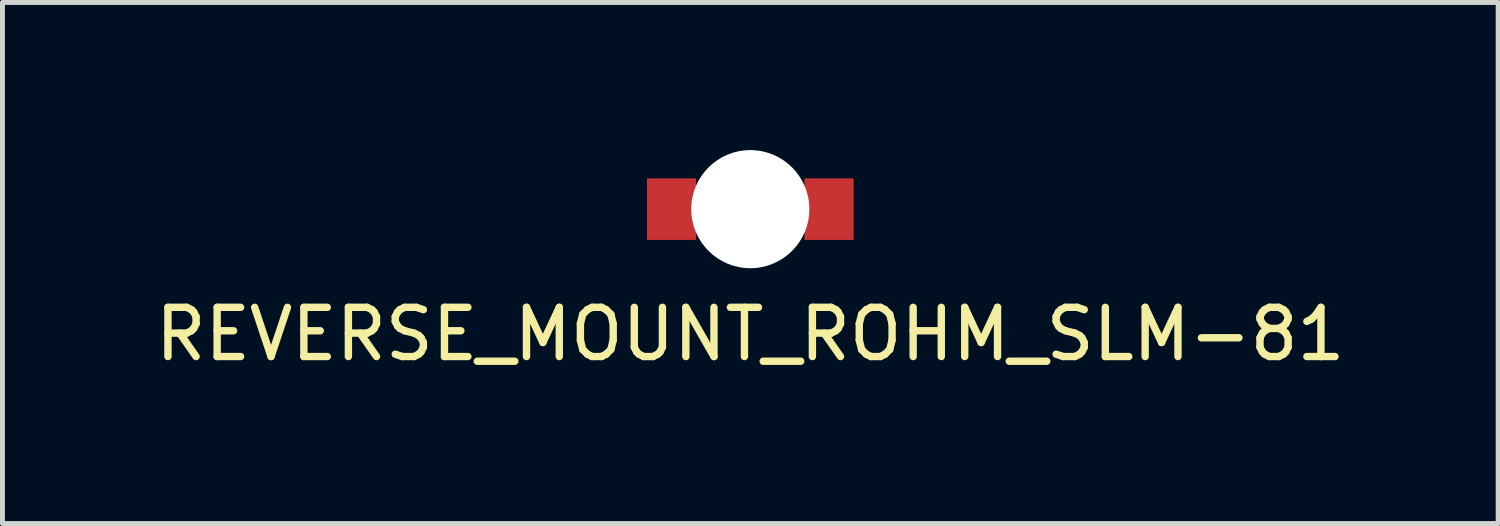
<source format=kicad_pcb>
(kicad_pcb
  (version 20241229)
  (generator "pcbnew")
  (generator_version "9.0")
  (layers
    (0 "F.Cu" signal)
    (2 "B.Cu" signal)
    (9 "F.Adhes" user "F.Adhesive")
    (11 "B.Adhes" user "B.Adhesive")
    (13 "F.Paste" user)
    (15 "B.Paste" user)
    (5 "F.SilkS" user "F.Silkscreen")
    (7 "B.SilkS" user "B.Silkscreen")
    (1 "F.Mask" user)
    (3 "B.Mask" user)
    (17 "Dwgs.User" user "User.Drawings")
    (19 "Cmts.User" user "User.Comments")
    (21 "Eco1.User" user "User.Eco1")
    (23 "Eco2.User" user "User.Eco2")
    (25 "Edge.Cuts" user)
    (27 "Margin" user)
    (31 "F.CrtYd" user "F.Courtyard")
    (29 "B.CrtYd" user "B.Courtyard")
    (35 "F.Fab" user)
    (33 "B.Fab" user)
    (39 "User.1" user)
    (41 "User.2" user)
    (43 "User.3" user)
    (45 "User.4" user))
  (footprint "REVERSE_MOUNT_ROHM_SLM-81"
    (layer "F.Cu")
    (at 12.196 1.2)
    (property "Reference" "REVERSE_MOUNT_ROHM_SLM-81" (at 0 2.54 0) (layer "F.SilkS") (effects (font (size 1 1) (thickness 0.15))))
    (attr through_hole)
    (pad "" np_thru_hole circle (at 0 0) (size 2.4 2.4) (drill 2.4) (layers "*.Cu" "*.Mask"))
    (pad "1" smd rect (at -1.6 0) (size 1 1.25) (layers "F.Cu" "F.Mask" "F.Paste"))
    (pad "2" smd rect (at 1.6 0) (size 1 1.25) (layers "F.Cu" "F.Mask" "F.Paste")))
  (gr_rect
    (start -3 -3)
    (end 27.393 7.588)
    (stroke (width 0.1) (type default))
    (fill no)
    (layer "Edge.Cuts")))
</source>
